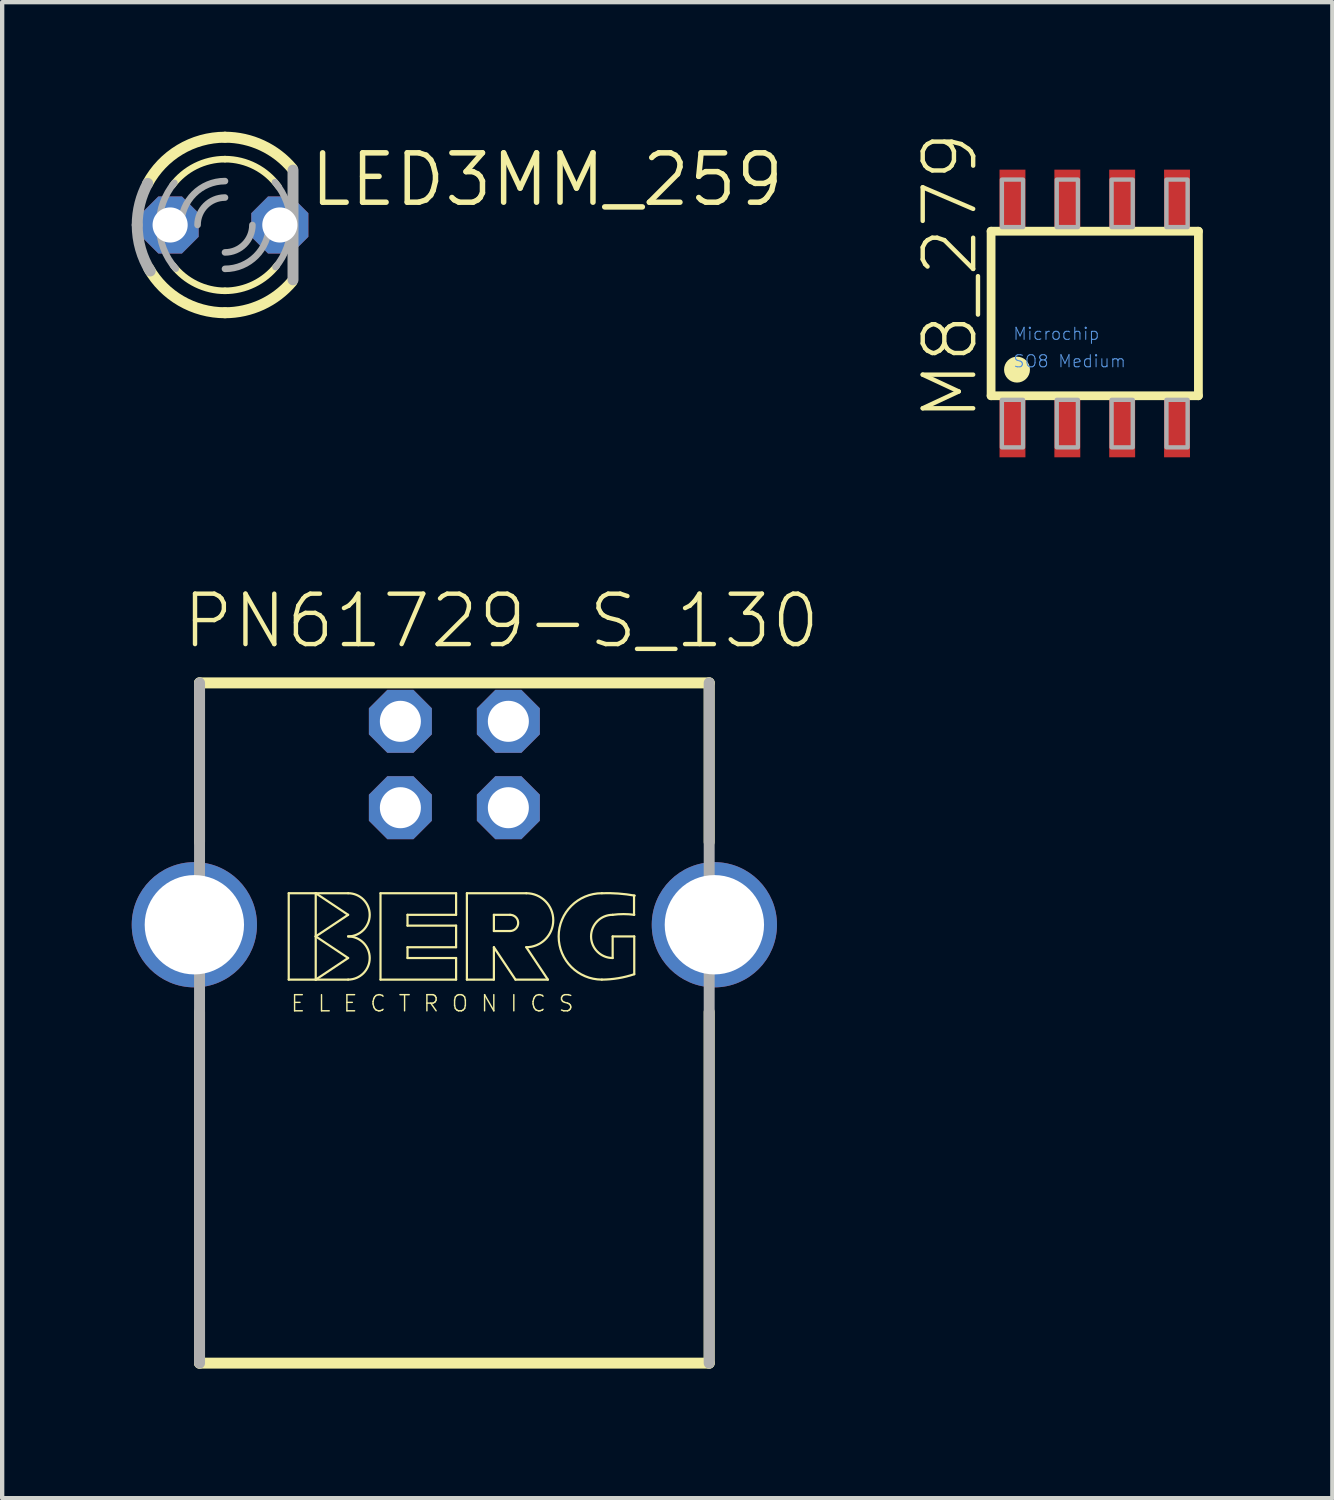
<source format=kicad_pcb>
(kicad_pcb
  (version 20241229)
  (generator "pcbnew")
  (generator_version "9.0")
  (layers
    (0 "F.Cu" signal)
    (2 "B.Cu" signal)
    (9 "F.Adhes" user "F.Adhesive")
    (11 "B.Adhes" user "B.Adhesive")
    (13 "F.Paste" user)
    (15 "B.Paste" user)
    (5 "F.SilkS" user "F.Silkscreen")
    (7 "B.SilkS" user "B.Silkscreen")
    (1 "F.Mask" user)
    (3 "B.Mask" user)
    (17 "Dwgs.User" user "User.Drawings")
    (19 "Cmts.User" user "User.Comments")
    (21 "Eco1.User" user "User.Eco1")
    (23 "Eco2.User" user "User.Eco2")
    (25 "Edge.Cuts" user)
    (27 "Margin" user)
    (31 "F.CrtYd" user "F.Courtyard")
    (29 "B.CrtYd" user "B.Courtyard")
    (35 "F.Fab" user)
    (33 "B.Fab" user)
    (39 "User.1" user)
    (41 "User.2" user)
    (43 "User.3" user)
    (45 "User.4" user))
  (footprint "M8_279"
    (layer "F.Cu")
    (at 22.297 4.208)
    (property "Reference" "M8_279" (at -2.667 2.54 90) (unlocked yes) (layer "F.SilkS") (effects (font (size 1.168 1.168) (thickness 0.102)) (justify left bottom)))
    (fp_line (start -2.4 -1.905) (end 2.4 -1.905) (stroke (width 0.203) (type solid)) (layer "F.SilkS"))
    (fp_line (start -2.4 1.905) (end -2.4 -1.905) (stroke (width 0.203) (type solid)) (layer "F.SilkS"))
    (fp_line (start 2.4 -1.905) (end 2.4 1.905) (stroke (width 0.203) (type solid)) (layer "F.SilkS"))
    (fp_line (start 2.4 1.905) (end -2.4 1.905) (stroke (width 0.203) (type solid)) (layer "F.SilkS"))
    (fp_circle (center -1.8 1.3) (end -1.65 1.3) (stroke (width 0.3) (type solid)) (fill yes) (layer "F.SilkS"))
    (fp_poly (pts (xy -2.15 -2) (xy -1.66 -2) (xy -1.66 -3.1) (xy -2.15 -3.1)) (stroke (width 0.1) (type default)) (fill no) (layer "F.Fab"))
    (fp_poly (pts (xy -2.15 3.1) (xy -1.66 3.1) (xy -1.66 2) (xy -2.15 2)) (stroke (width 0.1) (type default)) (fill no) (layer "F.Fab"))
    (fp_poly (pts (xy -0.88 -2) (xy -0.39 -2) (xy -0.39 -3.1) (xy -0.88 -3.1)) (stroke (width 0.1) (type default)) (fill no) (layer "F.Fab"))
    (fp_poly (pts (xy -0.88 3.1) (xy -0.39 3.1) (xy -0.39 2) (xy -0.88 2)) (stroke (width 0.1) (type default)) (fill no) (layer "F.Fab"))
    (fp_poly (pts (xy 0.39 -2) (xy 0.88 -2) (xy 0.88 -3.1) (xy 0.39 -3.1)) (stroke (width 0.1) (type default)) (fill no) (layer "F.Fab"))
    (fp_poly (pts (xy 0.39 3.1) (xy 0.88 3.1) (xy 0.88 2) (xy 0.39 2)) (stroke (width 0.1) (type default)) (fill no) (layer "F.Fab"))
    (fp_poly (pts (xy 1.66 -2) (xy 2.15 -2) (xy 2.15 -3.1) (xy 1.66 -3.1)) (stroke (width 0.1) (type default)) (fill no) (layer "F.Fab"))
    (fp_poly (pts (xy 1.66 3.1) (xy 2.15 3.1) (xy 2.15 2) (xy 1.66 2)) (stroke (width 0.1) (type default)) (fill no) (layer "F.Fab"))
    (fp_text user "SO8 Medium" (at -1.905 1.27 0) (unlocked yes) (layer "Cmts.User") (effects (font (size 0.28 0.28) (thickness 0.024)) (justify left bottom)))
    (fp_text user "Microchip" (at -1.905 0.635 0) (unlocked yes) (layer "Cmts.User") (effects (font (size 0.28 0.28) (thickness 0.024)) (justify left bottom)))
    (pad "1" smd rect (at -1.905 2.63) (size 0.6 1.4) (layers "F.Cu" "F.Mask" "F.Paste"))
    (pad "2" smd rect (at -0.635 2.63) (size 0.6 1.4) (layers "F.Cu" "F.Mask" "F.Paste"))
    (pad "3" smd rect (at 0.635 2.63) (size 0.6 1.4) (layers "F.Cu" "F.Mask" "F.Paste"))
    (pad "4" smd rect (at 1.905 2.63) (size 0.6 1.4) (layers "F.Cu" "F.Mask" "F.Paste"))
    (pad "5" smd rect (at 1.905 -2.63) (size 0.6 1.4) (layers "F.Cu" "F.Mask" "F.Paste"))
    (pad "6" smd rect (at 0.635 -2.63) (size 0.6 1.4) (layers "F.Cu" "F.Mask" "F.Paste"))
    (pad "7" smd rect (at -0.635 -2.63) (size 0.6 1.4) (layers "F.Cu" "F.Mask" "F.Paste"))
    (pad "8" smd rect (at -1.905 -2.63) (size 0.6 1.4) (layers "F.Cu" "F.Mask" "F.Paste")))
  (footprint "PN61729-S_130"
    (layer "F.Cu")
    (at 7.47 18.361)
    (property "Reference" "PN61729-S_130" (at -6.35 -6.35 0) (unlocked yes) (layer "F.SilkS") (effects (font (size 1.168 1.168) (thickness 0.102)) (justify left bottom)))
    (fp_line (start -5.9 -5.6) (end -5.9 -1.915) (stroke (width 0.254) (type solid)) (layer "F.SilkS"))
    (fp_line (start -5.9 2.02) (end -5.9 10.15) (stroke (width 0.254) (type solid)) (layer "F.SilkS"))
    (fp_line (start -5.9 10.15) (end 5.9 10.15) (stroke (width 0.254) (type solid)) (layer "F.SilkS"))
    (fp_line (start -3.835 -0.73) (end -3.835 1.27) (stroke (width 0.051) (type solid)) (layer "F.SilkS"))
    (fp_line (start -3.835 1.27) (end -3.21 1.27) (stroke (width 0.051) (type solid)) (layer "F.SilkS"))
    (fp_line (start -3.21 -0.73) (end -3.835 -0.73) (stroke (width 0.051) (type solid)) (layer "F.SilkS"))
    (fp_line (start -3.21 -0.73) (end -2.46 -0.23) (stroke (width 0.051) (type solid)) (layer "F.SilkS"))
    (fp_line (start -3.21 0.27) (end -3.21 -0.73) (stroke (width 0.051) (type solid)) (layer "F.SilkS"))
    (fp_line (start -3.21 0.27) (end -2.46 0.77) (stroke (width 0.051) (type solid)) (layer "F.SilkS"))
    (fp_line (start -3.21 1.27) (end -3.21 0.27) (stroke (width 0.051) (type solid)) (layer "F.SilkS"))
    (fp_line (start -2.46 -0.73) (end -3.21 -0.73) (stroke (width 0.051) (type solid)) (layer "F.SilkS"))
    (fp_line (start -2.46 -0.23) (end -3.21 0.27) (stroke (width 0.051) (type solid)) (layer "F.SilkS"))
    (fp_line (start -2.46 0.77) (end -3.21 1.27) (stroke (width 0.051) (type solid)) (layer "F.SilkS"))
    (fp_line (start -2.46 1.27) (end -3.21 1.27) (stroke (width 0.051) (type solid)) (layer "F.SilkS"))
    (fp_line (start -1.71 -0.73) (end -1.71 1.27) (stroke (width 0.051) (type solid)) (layer "F.SilkS"))
    (fp_line (start -1.71 1.27) (end 0.04 1.27) (stroke (width 0.051) (type solid)) (layer "F.SilkS"))
    (fp_line (start -1.085 -0.23) (end 0.04 -0.23) (stroke (width 0.051) (type solid)) (layer "F.SilkS"))
    (fp_line (start -1.085 0.02) (end -1.085 -0.23) (stroke (width 0.051) (type solid)) (layer "F.SilkS"))
    (fp_line (start -1.085 0.52) (end 0.04 0.52) (stroke (width 0.051) (type solid)) (layer "F.SilkS"))
    (fp_line (start -1.085 0.77) (end -1.085 0.52) (stroke (width 0.051) (type solid)) (layer "F.SilkS"))
    (fp_line (start 0.04 -0.73) (end -1.71 -0.73) (stroke (width 0.051) (type solid)) (layer "F.SilkS"))
    (fp_line (start 0.04 -0.23) (end 0.04 -0.73) (stroke (width 0.051) (type solid)) (layer "F.SilkS"))
    (fp_line (start 0.04 0.02) (end -1.085 0.02) (stroke (width 0.051) (type solid)) (layer "F.SilkS"))
    (fp_line (start 0.04 0.52) (end 0.04 0.02) (stroke (width 0.051) (type solid)) (layer "F.SilkS"))
    (fp_line (start 0.04 0.77) (end -1.085 0.77) (stroke (width 0.051) (type solid)) (layer "F.SilkS"))
    (fp_line (start 0.04 1.27) (end 0.04 0.77) (stroke (width 0.051) (type solid)) (layer "F.SilkS"))
    (fp_line (start 0.29 -0.73) (end 0.29 1.27) (stroke (width 0.051) (type solid)) (layer "F.SilkS"))
    (fp_line (start 0.29 -0.73) (end 1.665 -0.73) (stroke (width 0.051) (type solid)) (layer "F.SilkS"))
    (fp_line (start 0.29 1.27) (end 0.915 1.27) (stroke (width 0.051) (type solid)) (layer "F.SilkS"))
    (fp_line (start 0.915 -0.23) (end 0.915 0.145) (stroke (width 0.051) (type solid)) (layer "F.SilkS"))
    (fp_line (start 0.915 -0.23) (end 1.29 -0.23) (stroke (width 0.051) (type solid)) (layer "F.SilkS"))
    (fp_line (start 0.915 0.145) (end 1.29 0.145) (stroke (width 0.051) (type solid)) (layer "F.SilkS"))
    (fp_line (start 0.915 0.52) (end 1.415 1.27) (stroke (width 0.051) (type solid)) (layer "F.SilkS"))
    (fp_line (start 0.915 1.27) (end 0.915 0.52) (stroke (width 0.051) (type solid)) (layer "F.SilkS"))
    (fp_line (start 1.415 1.27) (end 2.165 1.27) (stroke (width 0.051) (type solid)) (layer "F.SilkS"))
    (fp_line (start 2.165 1.27) (end 1.665 0.52) (stroke (width 0.051) (type solid)) (layer "F.SilkS"))
    (fp_line (start 3.665 0.27) (end 3.665 0.77) (stroke (width 0.051) (type solid)) (layer "F.SilkS"))
    (fp_line (start 3.665 0.27) (end 4.165 0.27) (stroke (width 0.051) (type solid)) (layer "F.SilkS"))
    (fp_line (start 4.16 -0.23) (end 4.16 -0.675) (stroke (width 0.051) (type solid)) (layer "F.SilkS"))
    (fp_line (start 4.165 0.27) (end 4.165 1.145) (stroke (width 0.051) (type solid)) (layer "F.SilkS"))
    (fp_line (start 5.9 -5.6) (end -5.9 -5.6) (stroke (width 0.254) (type solid)) (layer "F.SilkS"))
    (fp_line (start 5.9 -1.915) (end 5.9 -5.6) (stroke (width 0.254) (type solid)) (layer "F.SilkS"))
    (fp_line (start 5.9 10.15) (end 5.9 2.02) (stroke (width 0.254) (type solid)) (layer "F.SilkS"))
    (fp_arc (start -2.46 -0.73) (mid -1.96 -0.23) (end -2.46 0.27) (stroke (width 0.0508) (type solid)) (layer "F.SilkS"))
    (fp_arc (start -2.46 0.27) (mid -1.96 0.77) (end -2.46 1.27) (stroke (width 0.0508) (type solid)) (layer "F.SilkS"))
    (fp_arc (start 1.29 -0.23) (mid 1.4775 -0.0425) (end 1.29 0.145) (stroke (width 0.0508) (type solid)) (layer "F.SilkS"))
    (fp_arc (start 1.665 -0.73) (mid 2.29 -0.105) (end 1.665 0.52) (stroke (width 0.0508) (type solid)) (layer "F.SilkS"))
    (fp_arc (start 3.415 -0.73) (mid 3.796448 -0.72251) (end 4.175 -0.675) (stroke (width 0.0508) (type solid)) (layer "F.SilkS"))
    (fp_arc (start 3.415 1.27) (mid 2.415 0.27) (end 3.415 -0.73) (stroke (width 0.0508) (type solid)) (layer "F.SilkS"))
    (fp_arc (start 3.665 -0.23) (mid 3.915 -0.246593) (end 4.165 -0.23) (stroke (width 0.0508) (type solid)) (layer "F.SilkS"))
    (fp_arc (start 3.665 0.77) (mid 3.165 0.27) (end 3.665 -0.23) (stroke (width 0.0508) (type solid)) (layer "F.SilkS"))
    (fp_arc (start 4.165 1.145) (mid 3.795035 1.23771) (end 3.415 1.27) (stroke (width 0.0508) (type solid)) (layer "F.SilkS"))
    (fp_line (start -5.9 -5.6) (end -5.9 10.15) (stroke (width 0.254) (type solid)) (layer "F.Fab"))
    (fp_line (start 5.9 10.15) (end 5.9 -5.6) (stroke (width 0.254) (type solid)) (layer "F.Fab"))
    (fp_text user "E L E C T R O N I C S" (at -3.81 2.04 0) (unlocked yes) (layer "F.SilkS") (effects (font (size 0.374 0.374) (thickness 0.033)) (justify left bottom)))
    (pad "1" thru_hole roundrect (at 1.25 -4.71) (size 1.458 1.458) (drill 0.95) (layers "*.Cu" "*.Mask") (roundrect_rratio 0.25) (chamfer_ratio 0.293) (chamfer top_left top_right bottom_left bottom_right))
    (pad "2" thru_hole roundrect (at -1.25 -4.71) (size 1.458 1.458) (drill 0.95) (layers "*.Cu" "*.Mask") (roundrect_rratio 0.25) (chamfer_ratio 0.293) (chamfer top_left top_right bottom_left bottom_right))
    (pad "3" thru_hole roundrect (at -1.25 -2.71) (size 1.458 1.458) (drill 0.95) (layers "*.Cu" "*.Mask") (roundrect_rratio 0.25) (chamfer_ratio 0.293) (chamfer top_left top_right bottom_left bottom_right))
    (pad "4" thru_hole roundrect (at 1.25 -2.71) (size 1.458 1.458) (drill 0.95) (layers "*.Cu" "*.Mask") (roundrect_rratio 0.25) (chamfer_ratio 0.293) (chamfer top_left top_right bottom_left bottom_right))
    (pad "S1" thru_hole circle (at -6.02 0) (size 2.9 2.9) (drill 2.3) (layers "*.Cu" "*.Mask"))
    (pad "S2" thru_hole circle (at 6.02 0) (size 2.9 2.9) (drill 2.3) (layers "*.Cu" "*.Mask")))
  (footprint "LED3MM_259"
    (layer "F.Cu")
    (at 2.159 2.159)
    (property "Reference" "LED3MM_259" (at 1.905 -0.381 0) (unlocked yes) (layer "F.SilkS") (effects (font (size 1.143 1.143) (thickness 0.127)) (justify left bottom)))
    (fp_arc (start -1.7929 -0.9562) (mid -1.045438 -1.7424) (end 0 -2.032) (stroke (width 0.254) (type solid)) (layer "F.SilkS"))
    (fp_arc (start -1.2192 -0.9144) (mid -0.681554 -1.363107) (end 0 -1.524) (stroke (width 0.1524) (type solid)) (layer "F.SilkS"))
    (fp_arc (start 0 -2.032) (mid 0.861864 -1.840173) (end 1.561 -1.3009) (stroke (width 0.254) (type solid)) (layer "F.SilkS"))
    (fp_arc (start 0 -1.524) (mid 0.697339 -1.355082) (end 1.2401 -0.885801) (stroke (width 0.1524) (type solid)) (layer "F.SilkS"))
    (fp_arc (start 0 1.524) (mid -0.669593 1.369018) (end -1.203 0.9356) (stroke (width 0.1524) (type solid)) (layer "F.SilkS"))
    (fp_arc (start 0 2.032) (mid -1.019924 1.757525) (end -1.7643 1.0082) (stroke (width 0.254) (type solid)) (layer "F.SilkS"))
    (fp_arc (start 1.203 0.9356) (mid 0.669593 1.369018) (end 0 1.524) (stroke (width 0.1524) (type solid)) (layer "F.SilkS"))
    (fp_arc (start 1.5512 1.3126) (mid 0.854953 1.843405) (end 0 2.032) (stroke (width 0.254) (type solid)) (layer "F.SilkS"))
    (fp_line (start 1.575 1.27) (end 1.575 -1.27) (stroke (width 0.254) (type solid)) (layer "F.Fab"))
    (fp_arc (start -2.032 0) (mid -1.970339 -0.496775) (end -1.7891 -0.9634) (stroke (width 0.254) (type solid)) (layer "F.Fab"))
    (fp_arc (start -1.7306 1.065) (mid -1.95521 0.553417) (end -2.032 0) (stroke (width 0.254) (type solid)) (layer "F.Fab"))
    (fp_arc (start -1.524 0) (mid -1.432981 -0.518783) (end -1.1708 -0.9756) (stroke (width 0.1524) (type solid)) (layer "F.Fab"))
    (fp_arc (start -1.1391 1.0125) (mid -1.42454 0.5416) (end -1.524 0) (stroke (width 0.1524) (type solid)) (layer "F.Fab"))
    (fp_arc (start -1.016 0) (mid -0.71842 -0.71842) (end 0 -1.016) (stroke (width 0.1524) (type solid)) (layer "F.Fab"))
    (fp_arc (start -0.635 0) (mid -0.449013 -0.449013) (end 0 -0.635) (stroke (width 0.1524) (type solid)) (layer "F.Fab"))
    (fp_arc (start 0.635 0) (mid 0.449013 0.449013) (end 0 0.635) (stroke (width 0.1524) (type solid)) (layer "F.Fab"))
    (fp_arc (start 1.016 0) (mid 0.71842 0.71842) (end 0 1.016) (stroke (width 0.1524) (type solid)) (layer "F.Fab"))
    (fp_arc (start 1.1571 -0.9918) (mid 1.429332 -0.528744) (end 1.524 0) (stroke (width 0.1524) (type solid)) (layer "F.Fab"))
    (fp_arc (start 1.524 0) (mid 1.432981 0.518783) (end 1.1708 0.9756) (stroke (width 0.1524) (type solid)) (layer "F.Fab"))
    (pad "A" thru_hole roundrect (at -1.27 0) (size 1.321 1.321) (drill 0.813) (layers "*.Cu" "*.Mask") (roundrect_rratio 0.25) (chamfer_ratio 0.293) (chamfer top_left top_right bottom_left bottom_right))
    (pad "K" thru_hole roundrect (at 1.27 0) (size 1.321 1.321) (drill 0.813) (layers "*.Cu" "*.Mask") (roundrect_rratio 0.25) (chamfer_ratio 0.293) (chamfer top_left top_right bottom_left bottom_right)))
  (gr_rect
    (start -3 -3)
    (end 27.798 31.638)
    (stroke (width 0.1) (type default))
    (fill no)
    (layer "Edge.Cuts")))
</source>
